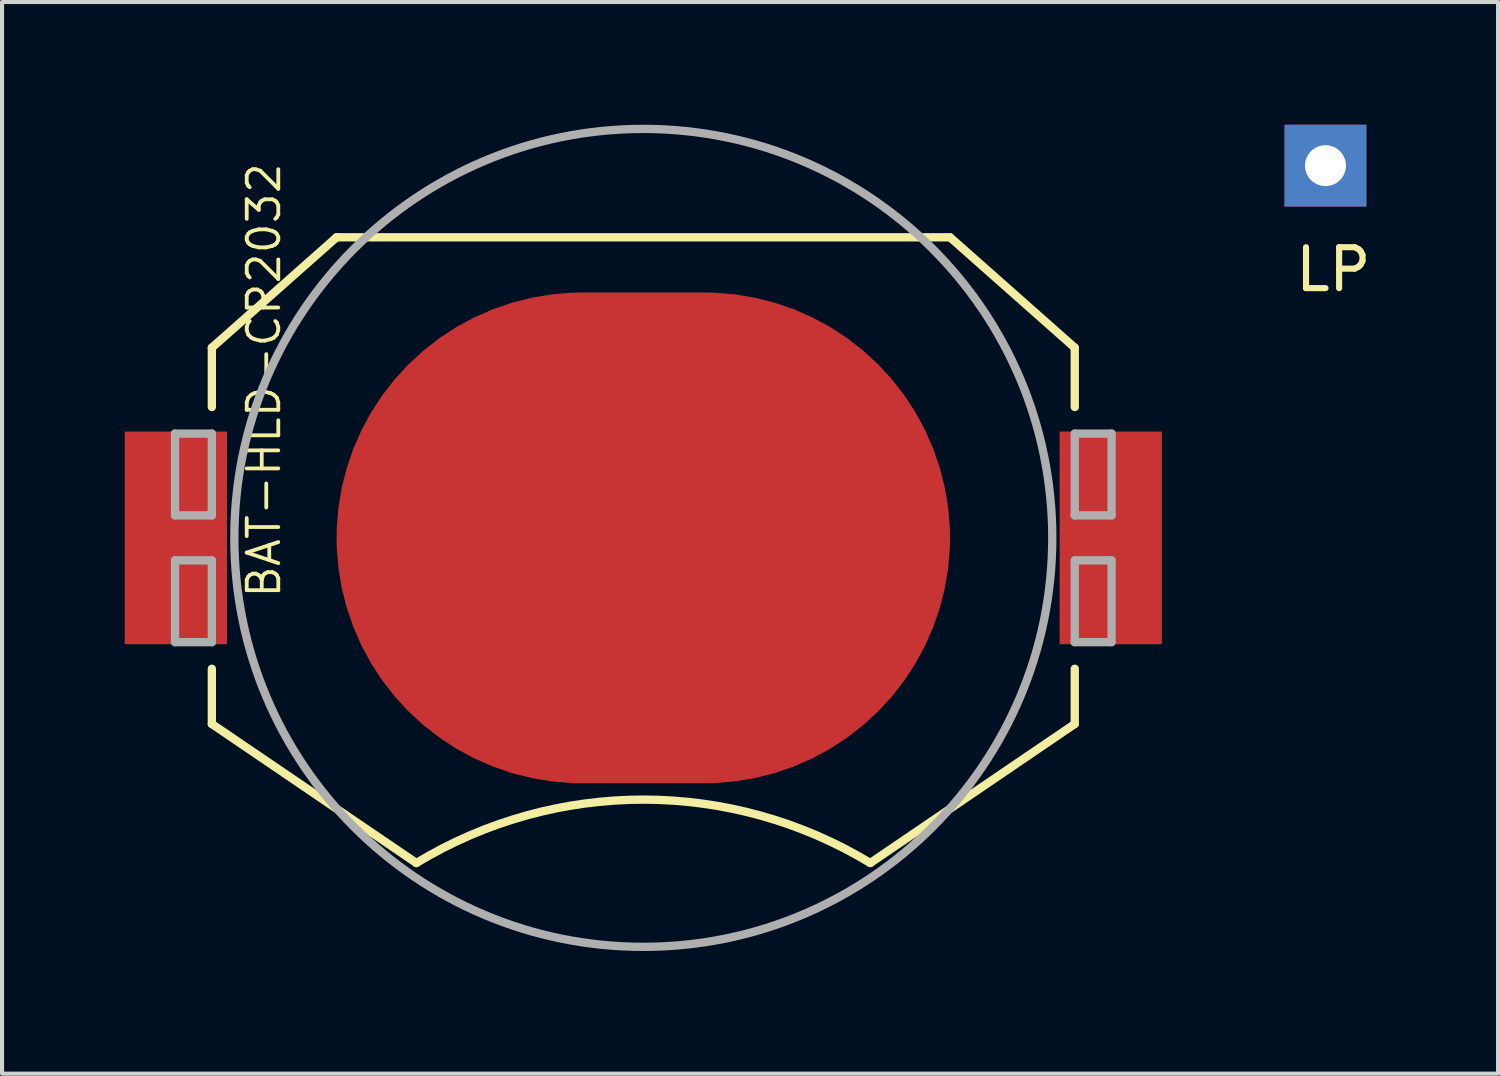
<source format=kicad_pcb>
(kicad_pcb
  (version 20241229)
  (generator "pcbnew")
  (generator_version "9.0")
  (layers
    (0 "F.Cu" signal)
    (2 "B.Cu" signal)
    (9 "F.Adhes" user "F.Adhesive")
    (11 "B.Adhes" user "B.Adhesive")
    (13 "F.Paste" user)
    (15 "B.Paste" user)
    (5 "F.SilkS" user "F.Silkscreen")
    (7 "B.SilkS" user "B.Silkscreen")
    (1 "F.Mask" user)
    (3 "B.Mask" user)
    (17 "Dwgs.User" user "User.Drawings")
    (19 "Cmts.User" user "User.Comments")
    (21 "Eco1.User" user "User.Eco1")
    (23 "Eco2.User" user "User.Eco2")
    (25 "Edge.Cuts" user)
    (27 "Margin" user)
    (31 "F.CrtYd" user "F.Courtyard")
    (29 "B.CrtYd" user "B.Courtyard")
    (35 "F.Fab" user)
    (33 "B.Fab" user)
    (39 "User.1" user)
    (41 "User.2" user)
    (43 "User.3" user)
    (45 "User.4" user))
  (footprint "BAT-HLD-CR2032"
    (layer "F.Cu")
    (at 12.68 10.102)
    (property "Reference" "BAT-HLD-CR2032" (at -8.826 1.524 90) (layer "F.SilkS") (effects (font (size 0.772 0.772) (thickness 0.093)) (justify left bottom)))
    (attr through_hole)
    (fp_line (start -10.55 -3.2) (end -10.55 -4.65) (stroke (width 0.203) (type solid)) (layer "F.SilkS"))
    (fp_line (start -10.55 4.55) (end -10.55 3.2) (stroke (width 0.203) (type solid)) (layer "F.SilkS"))
    (fp_line (start -7.5 -7.35) (end -10.55 -4.65) (stroke (width 0.203) (type solid)) (layer "F.SilkS"))
    (fp_line (start -7.5 -7.35) (end 7.5 -7.35) (stroke (width 0.203) (type solid)) (layer "F.SilkS"))
    (fp_line (start -5.55 7.95) (end -10.55 4.55) (stroke (width 0.203) (type solid)) (layer "F.SilkS"))
    (fp_line (start 7.5 -7.35) (end 10.55 -4.65) (stroke (width 0.203) (type solid)) (layer "F.SilkS"))
    (fp_line (start 10.55 -4.65) (end 10.55 -3.2) (stroke (width 0.203) (type solid)) (layer "F.SilkS"))
    (fp_line (start 10.55 4.55) (end 5.55 7.95) (stroke (width 0.203) (type solid)) (layer "F.SilkS"))
    (fp_line (start 10.55 4.55) (end 10.55 3.2) (stroke (width 0.203) (type solid)) (layer "F.SilkS"))
    (fp_arc (start -5.549999 7.949999) (mid 0.000001 6.400001) (end 5.55 7.95) (stroke (width 0.2032) (type solid)) (layer "F.SilkS"))
    (fp_poly (pts (xy -2 2) (xy 2 2) (xy 2 -2) (xy -2 -2)) (stroke (width 0) (type solid)) (fill yes) (layer "F.Paste"))
    (fp_line (start -11.45 -2.55) (end -10.55 -2.55) (stroke (width 0.203) (type solid)) (layer "F.Fab"))
    (fp_line (start -11.45 -0.55) (end -11.45 -2.55) (stroke (width 0.203) (type solid)) (layer "F.Fab"))
    (fp_line (start -11.45 0.55) (end -10.55 0.55) (stroke (width 0.203) (type solid)) (layer "F.Fab"))
    (fp_line (start -11.45 2.55) (end -11.45 0.55) (stroke (width 0.203) (type solid)) (layer "F.Fab"))
    (fp_line (start -10.55 -2.55) (end -10.55 -0.55) (stroke (width 0.203) (type solid)) (layer "F.Fab"))
    (fp_line (start -10.55 -0.55) (end -11.45 -0.55) (stroke (width 0.203) (type solid)) (layer "F.Fab"))
    (fp_line (start -10.55 0.55) (end -10.55 2.55) (stroke (width 0.203) (type solid)) (layer "F.Fab"))
    (fp_line (start -10.55 2.55) (end -11.45 2.55) (stroke (width 0.203) (type solid)) (layer "F.Fab"))
    (fp_line (start 10.55 -2.55) (end 10.55 -0.55) (stroke (width 0.203) (type solid)) (layer "F.Fab"))
    (fp_line (start 10.55 -2.55) (end 11.45 -2.55) (stroke (width 0.203) (type solid)) (layer "F.Fab"))
    (fp_line (start 10.55 0.55) (end 10.55 2.55) (stroke (width 0.203) (type solid)) (layer "F.Fab"))
    (fp_line (start 10.55 0.55) (end 11.45 0.55) (stroke (width 0.203) (type solid)) (layer "F.Fab"))
    (fp_line (start 11.45 -2.55) (end 11.45 -0.55) (stroke (width 0.203) (type solid)) (layer "F.Fab"))
    (fp_line (start 11.45 -0.55) (end 10.55 -0.55) (stroke (width 0.203) (type solid)) (layer "F.Fab"))
    (fp_line (start 11.45 0.55) (end 11.45 2.55) (stroke (width 0.203) (type solid)) (layer "F.Fab"))
    (fp_line (start 11.45 2.55) (end 10.55 2.55) (stroke (width 0.203) (type solid)) (layer "F.Fab"))
    (fp_circle (center 0 0) (end 10 0) (stroke (width 0.203) (type solid)) (fill no) (layer "F.Fab"))
    (pad "1" smd rect (at -11.43 0) (size 2.5 5.2) (layers "F.Cu" "F.Mask" "F.Paste"))
    (pad "2" smd roundrect (at 0 0) (size 15 12) (layers "F.Cu" "F.Mask") (roundrect_rratio 0.5))
    (pad "3" smd rect (at 11.43 0) (size 2.5 5.2) (layers "F.Cu" "F.Mask" "F.Paste")))
  (footprint "LP"
    (layer "F.Cu")
    (at 29.36 1)
    (property "Reference" "LP" (at 0.191 2.54 0) (layer "F.SilkS") (effects (font (size 1 1) (thickness 0.15))))
    (attr through_hole)
    (pad "1" thru_hole rect (at 0 0) (size 2 2) (drill 1) (layers "*.Cu" "*.Mask")))
  (gr_rect
    (start -3 -3)
    (end 33.58 23.203)
    (stroke (width 0.1) (type default))
    (fill no)
    (layer "Edge.Cuts")))
</source>
